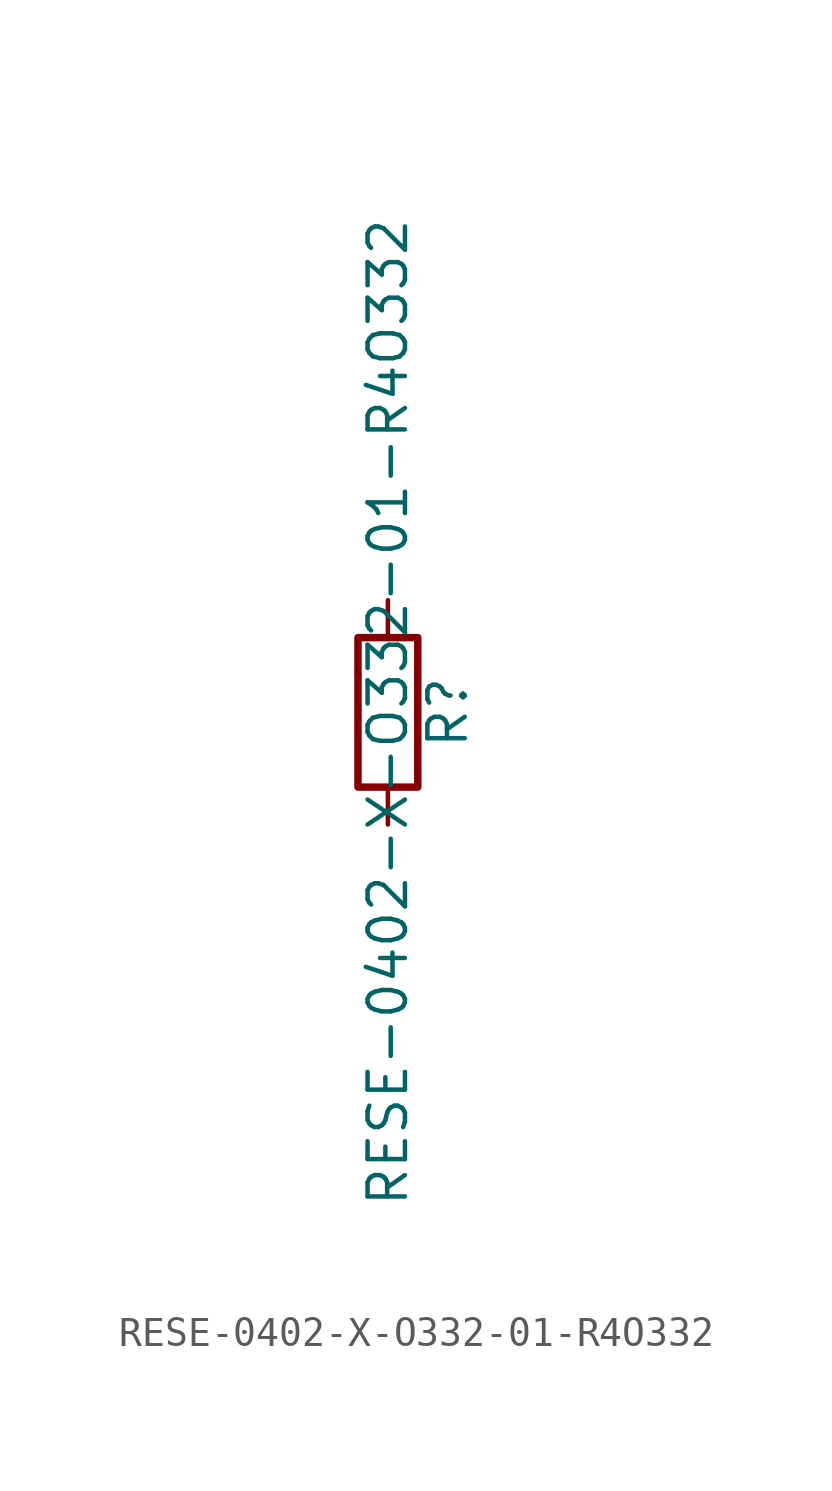
<source format=kicad_sym>
(kicad_symbol_lib
  (version 20211014)
  (generator kicad_symbol_editor)
  (symbol "RESE-0402-X-O332-01-R4O332"
    (pin_numbers hide)
    (pin_names
      (offset 0))
    (property "Reference" "R"
      (at 2.032 0 90)
      (effects (font (size 1.27 1.27))))
    (property "Value" "RESE-0402-X-O332-01-R4O332"
      (at 0 0 90)
      (effects (font (size 1.27 1.27))))
    (symbol "RESE-0402-X-O332-01-R4O332_0_1"
      (rectangle (start -1.016 -2.54) (end 1.016 2.54) (stroke (width 0.254) (type default) (color 0 0 0 0)) (fill (type none))))
    (symbol "RESE-0402-X-O332-01-R4O332_1_1"
      (pin passive line (at 0 3.81 270) (length 1.27) (name "~" (effects (font (size 1.27 1.27)))) (number "1" (effects (font (size 1.27 1.27)))))
      (pin passive line (at 0 -3.81 90) (length 1.27) (name "~" (effects (font (size 1.27 1.27)))) (number "2" (effects (font (size 1.27 1.27))))))))
</source>
